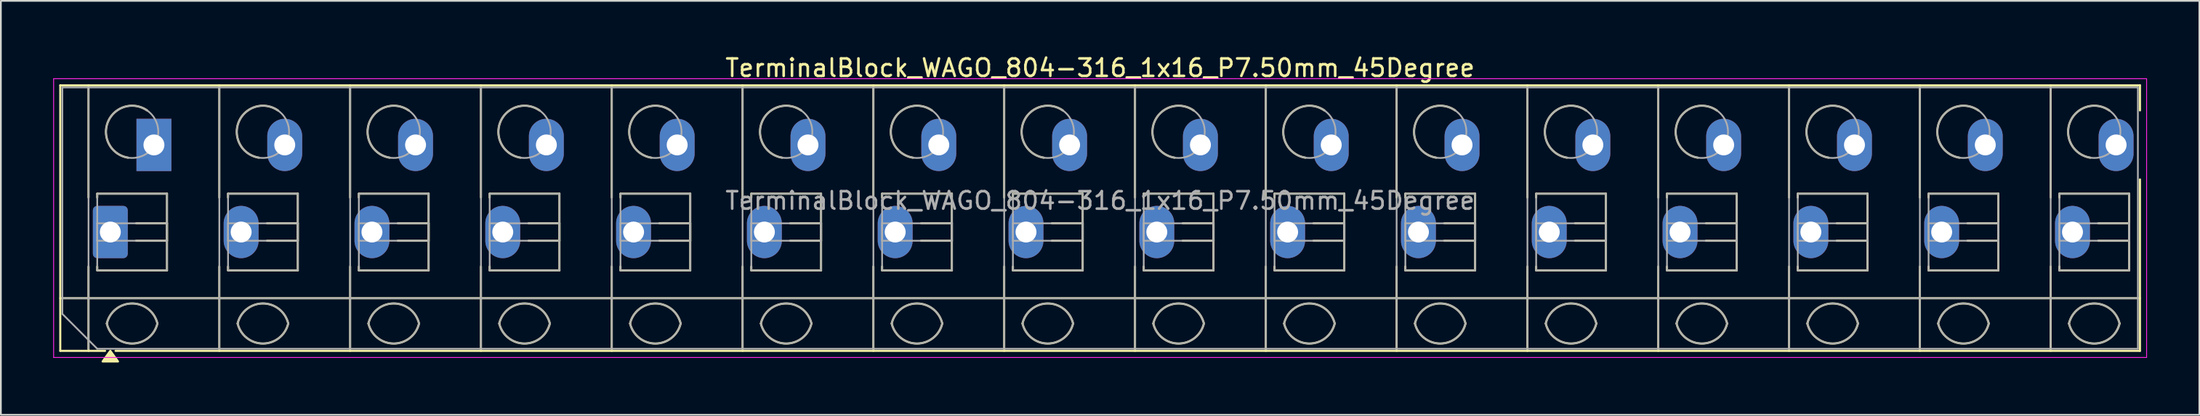
<source format=kicad_pcb>
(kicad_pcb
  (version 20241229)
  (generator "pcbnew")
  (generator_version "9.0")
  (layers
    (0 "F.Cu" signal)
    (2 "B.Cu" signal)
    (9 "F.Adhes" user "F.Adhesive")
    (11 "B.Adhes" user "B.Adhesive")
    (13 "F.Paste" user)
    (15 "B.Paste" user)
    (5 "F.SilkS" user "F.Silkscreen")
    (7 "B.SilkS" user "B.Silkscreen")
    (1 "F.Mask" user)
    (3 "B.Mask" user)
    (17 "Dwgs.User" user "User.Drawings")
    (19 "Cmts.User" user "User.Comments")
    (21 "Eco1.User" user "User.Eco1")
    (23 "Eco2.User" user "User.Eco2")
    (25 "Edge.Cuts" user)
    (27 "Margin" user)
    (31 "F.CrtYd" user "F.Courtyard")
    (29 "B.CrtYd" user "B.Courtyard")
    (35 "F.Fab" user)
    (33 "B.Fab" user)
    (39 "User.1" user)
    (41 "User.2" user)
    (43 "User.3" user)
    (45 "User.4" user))
  (footprint "TerminalBlock_WAGO_804-316_1x16_P7.50mm_45Degree"
    (layer "F.Cu")
    (at 3.275 10.268)
    (property "Reference" "TerminalBlock_WAGO_804-316_1x16_P7.50mm_45Degree" (at 56.75 -9.42 0) (layer "F.SilkS") (effects (font (size 1 1) (thickness 0.15))))
    (attr through_hole)
    (fp_line (start -2.87 -8.42) (end -2.87 6.82) (stroke (width 0.12) (type solid)) (layer "F.SilkS"))
    (fp_line (start -2.87 -8.42) (end 116.37 -8.42) (stroke (width 0.12) (type solid)) (layer "F.SilkS"))
    (fp_line (start -2.87 3.8) (end 116.37 3.8) (stroke (width 0.12) (type solid)) (layer "F.SilkS"))
    (fp_line (start -2.87 6.82) (end -0.3 6.82) (stroke (width 0.12) (type solid)) (layer "F.SilkS"))
    (fp_line (start -1.25 -8.42) (end -1.25 -1.98) (stroke (width 0.12) (type solid)) (layer "F.SilkS"))
    (fp_line (start -1.25 1.98) (end -1.25 6.82) (stroke (width 0.12) (type solid)) (layer "F.SilkS"))
    (fp_line (start -0.75 -2.2) (end -0.75 -1.98) (stroke (width 0.12) (type solid)) (layer "F.SilkS"))
    (fp_line (start -0.75 -2.2) (end 3.25 -2.2) (stroke (width 0.12) (type solid)) (layer "F.SilkS"))
    (fp_line (start -0.75 1.98) (end -0.75 2.2) (stroke (width 0.12) (type solid)) (layer "F.SilkS"))
    (fp_line (start -0.75 2.2) (end 3.25 2.2) (stroke (width 0.12) (type solid)) (layer "F.SilkS"))
    (fp_line (start 0.3 6.82) (end 116.37 6.82) (stroke (width 0.12) (type solid)) (layer "F.SilkS"))
    (fp_line (start 1.48 -0.5) (end 3.25 -0.5) (stroke (width 0.12) (type solid)) (layer "F.SilkS"))
    (fp_line (start 1.48 0.5) (end 3.25 0.5) (stroke (width 0.12) (type solid)) (layer "F.SilkS"))
    (fp_line (start 3.25 -2.2) (end 3.25 2.2) (stroke (width 0.12) (type solid)) (layer "F.SilkS"))
    (fp_line (start 3.25 -0.5) (end 3.25 0.5) (stroke (width 0.12) (type solid)) (layer "F.SilkS"))
    (fp_line (start 6.25 -8.42) (end 6.25 -1.98) (stroke (width 0.12) (type solid)) (layer "F.SilkS"))
    (fp_line (start 6.25 1.98) (end 6.25 6.82) (stroke (width 0.12) (type solid)) (layer "F.SilkS"))
    (fp_line (start 6.75 -2.2) (end 6.75 -1.98) (stroke (width 0.12) (type solid)) (layer "F.SilkS"))
    (fp_line (start 6.75 -2.2) (end 10.75 -2.2) (stroke (width 0.12) (type solid)) (layer "F.SilkS"))
    (fp_line (start 6.75 1.98) (end 6.75 2.2) (stroke (width 0.12) (type solid)) (layer "F.SilkS"))
    (fp_line (start 6.75 2.2) (end 10.75 2.2) (stroke (width 0.12) (type solid)) (layer "F.SilkS"))
    (fp_line (start 8.98 -0.5) (end 10.75 -0.5) (stroke (width 0.12) (type solid)) (layer "F.SilkS"))
    (fp_line (start 8.98 0.5) (end 10.75 0.5) (stroke (width 0.12) (type solid)) (layer "F.SilkS"))
    (fp_line (start 10.75 -2.2) (end 10.75 2.2) (stroke (width 0.12) (type solid)) (layer "F.SilkS"))
    (fp_line (start 10.75 -0.5) (end 10.75 0.5) (stroke (width 0.12) (type solid)) (layer "F.SilkS"))
    (fp_line (start 13.75 -8.42) (end 13.75 -1.98) (stroke (width 0.12) (type solid)) (layer "F.SilkS"))
    (fp_line (start 13.75 1.98) (end 13.75 6.82) (stroke (width 0.12) (type solid)) (layer "F.SilkS"))
    (fp_line (start 14.25 -2.2) (end 14.25 -1.98) (stroke (width 0.12) (type solid)) (layer "F.SilkS"))
    (fp_line (start 14.25 -2.2) (end 18.25 -2.2) (stroke (width 0.12) (type solid)) (layer "F.SilkS"))
    (fp_line (start 14.25 1.98) (end 14.25 2.2) (stroke (width 0.12) (type solid)) (layer "F.SilkS"))
    (fp_line (start 14.25 2.2) (end 18.25 2.2) (stroke (width 0.12) (type solid)) (layer "F.SilkS"))
    (fp_line (start 16.48 -0.5) (end 18.25 -0.5) (stroke (width 0.12) (type solid)) (layer "F.SilkS"))
    (fp_line (start 16.48 0.5) (end 18.25 0.5) (stroke (width 0.12) (type solid)) (layer "F.SilkS"))
    (fp_line (start 18.25 -2.2) (end 18.25 2.2) (stroke (width 0.12) (type solid)) (layer "F.SilkS"))
    (fp_line (start 18.25 -0.5) (end 18.25 0.5) (stroke (width 0.12) (type solid)) (layer "F.SilkS"))
    (fp_line (start 21.25 -8.42) (end 21.25 -1.98) (stroke (width 0.12) (type solid)) (layer "F.SilkS"))
    (fp_line (start 21.25 1.98) (end 21.25 6.82) (stroke (width 0.12) (type solid)) (layer "F.SilkS"))
    (fp_line (start 21.75 -2.2) (end 21.75 -1.98) (stroke (width 0.12) (type solid)) (layer "F.SilkS"))
    (fp_line (start 21.75 -2.2) (end 25.75 -2.2) (stroke (width 0.12) (type solid)) (layer "F.SilkS"))
    (fp_line (start 21.75 1.98) (end 21.75 2.2) (stroke (width 0.12) (type solid)) (layer "F.SilkS"))
    (fp_line (start 21.75 2.2) (end 25.75 2.2) (stroke (width 0.12) (type solid)) (layer "F.SilkS"))
    (fp_line (start 23.98 -0.5) (end 25.75 -0.5) (stroke (width 0.12) (type solid)) (layer "F.SilkS"))
    (fp_line (start 23.98 0.5) (end 25.75 0.5) (stroke (width 0.12) (type solid)) (layer "F.SilkS"))
    (fp_line (start 25.75 -2.2) (end 25.75 2.2) (stroke (width 0.12) (type solid)) (layer "F.SilkS"))
    (fp_line (start 25.75 -0.5) (end 25.75 0.5) (stroke (width 0.12) (type solid)) (layer "F.SilkS"))
    (fp_line (start 28.75 -8.42) (end 28.75 -1.98) (stroke (width 0.12) (type solid)) (layer "F.SilkS"))
    (fp_line (start 28.75 1.98) (end 28.75 6.82) (stroke (width 0.12) (type solid)) (layer "F.SilkS"))
    (fp_line (start 29.25 -2.2) (end 29.25 -1.98) (stroke (width 0.12) (type solid)) (layer "F.SilkS"))
    (fp_line (start 29.25 -2.2) (end 33.25 -2.2) (stroke (width 0.12) (type solid)) (layer "F.SilkS"))
    (fp_line (start 29.25 1.98) (end 29.25 2.2) (stroke (width 0.12) (type solid)) (layer "F.SilkS"))
    (fp_line (start 29.25 2.2) (end 33.25 2.2) (stroke (width 0.12) (type solid)) (layer "F.SilkS"))
    (fp_line (start 31.48 -0.5) (end 33.25 -0.5) (stroke (width 0.12) (type solid)) (layer "F.SilkS"))
    (fp_line (start 31.48 0.5) (end 33.25 0.5) (stroke (width 0.12) (type solid)) (layer "F.SilkS"))
    (fp_line (start 33.25 -2.2) (end 33.25 2.2) (stroke (width 0.12) (type solid)) (layer "F.SilkS"))
    (fp_line (start 33.25 -0.5) (end 33.25 0.5) (stroke (width 0.12) (type solid)) (layer "F.SilkS"))
    (fp_line (start 36.25 -8.42) (end 36.25 -1.98) (stroke (width 0.12) (type solid)) (layer "F.SilkS"))
    (fp_line (start 36.25 1.98) (end 36.25 6.82) (stroke (width 0.12) (type solid)) (layer "F.SilkS"))
    (fp_line (start 36.75 -2.2) (end 36.75 -1.98) (stroke (width 0.12) (type solid)) (layer "F.SilkS"))
    (fp_line (start 36.75 -2.2) (end 40.75 -2.2) (stroke (width 0.12) (type solid)) (layer "F.SilkS"))
    (fp_line (start 36.75 1.98) (end 36.75 2.2) (stroke (width 0.12) (type solid)) (layer "F.SilkS"))
    (fp_line (start 36.75 2.2) (end 40.75 2.2) (stroke (width 0.12) (type solid)) (layer "F.SilkS"))
    (fp_line (start 38.98 -0.5) (end 40.75 -0.5) (stroke (width 0.12) (type solid)) (layer "F.SilkS"))
    (fp_line (start 38.98 0.5) (end 40.75 0.5) (stroke (width 0.12) (type solid)) (layer "F.SilkS"))
    (fp_line (start 40.75 -2.2) (end 40.75 2.2) (stroke (width 0.12) (type solid)) (layer "F.SilkS"))
    (fp_line (start 40.75 -0.5) (end 40.75 0.5) (stroke (width 0.12) (type solid)) (layer "F.SilkS"))
    (fp_line (start 43.75 -8.42) (end 43.75 -1.98) (stroke (width 0.12) (type solid)) (layer "F.SilkS"))
    (fp_line (start 43.75 1.98) (end 43.75 6.82) (stroke (width 0.12) (type solid)) (layer "F.SilkS"))
    (fp_line (start 44.25 -2.2) (end 44.25 -1.98) (stroke (width 0.12) (type solid)) (layer "F.SilkS"))
    (fp_line (start 44.25 -2.2) (end 48.25 -2.2) (stroke (width 0.12) (type solid)) (layer "F.SilkS"))
    (fp_line (start 44.25 1.98) (end 44.25 2.2) (stroke (width 0.12) (type solid)) (layer "F.SilkS"))
    (fp_line (start 44.25 2.2) (end 48.25 2.2) (stroke (width 0.12) (type solid)) (layer "F.SilkS"))
    (fp_line (start 46.48 -0.5) (end 48.25 -0.5) (stroke (width 0.12) (type solid)) (layer "F.SilkS"))
    (fp_line (start 46.48 0.5) (end 48.25 0.5) (stroke (width 0.12) (type solid)) (layer "F.SilkS"))
    (fp_line (start 48.25 -2.2) (end 48.25 2.2) (stroke (width 0.12) (type solid)) (layer "F.SilkS"))
    (fp_line (start 48.25 -0.5) (end 48.25 0.5) (stroke (width 0.12) (type solid)) (layer "F.SilkS"))
    (fp_line (start 51.25 -8.42) (end 51.25 -1.98) (stroke (width 0.12) (type solid)) (layer "F.SilkS"))
    (fp_line (start 51.25 1.98) (end 51.25 6.82) (stroke (width 0.12) (type solid)) (layer "F.SilkS"))
    (fp_line (start 51.75 -2.2) (end 51.75 -1.98) (stroke (width 0.12) (type solid)) (layer "F.SilkS"))
    (fp_line (start 51.75 -2.2) (end 55.75 -2.2) (stroke (width 0.12) (type solid)) (layer "F.SilkS"))
    (fp_line (start 51.75 1.98) (end 51.75 2.2) (stroke (width 0.12) (type solid)) (layer "F.SilkS"))
    (fp_line (start 51.75 2.2) (end 55.75 2.2) (stroke (width 0.12) (type solid)) (layer "F.SilkS"))
    (fp_line (start 53.98 -0.5) (end 55.75 -0.5) (stroke (width 0.12) (type solid)) (layer "F.SilkS"))
    (fp_line (start 53.98 0.5) (end 55.75 0.5) (stroke (width 0.12) (type solid)) (layer "F.SilkS"))
    (fp_line (start 55.75 -2.2) (end 55.75 2.2) (stroke (width 0.12) (type solid)) (layer "F.SilkS"))
    (fp_line (start 55.75 -0.5) (end 55.75 0.5) (stroke (width 0.12) (type solid)) (layer "F.SilkS"))
    (fp_line (start 58.75 -8.42) (end 58.75 -1.98) (stroke (width 0.12) (type solid)) (layer "F.SilkS"))
    (fp_line (start 58.75 1.98) (end 58.75 6.82) (stroke (width 0.12) (type solid)) (layer "F.SilkS"))
    (fp_line (start 59.25 -2.2) (end 59.25 -1.98) (stroke (width 0.12) (type solid)) (layer "F.SilkS"))
    (fp_line (start 59.25 -2.2) (end 63.25 -2.2) (stroke (width 0.12) (type solid)) (layer "F.SilkS"))
    (fp_line (start 59.25 1.98) (end 59.25 2.2) (stroke (width 0.12) (type solid)) (layer "F.SilkS"))
    (fp_line (start 59.25 2.2) (end 63.25 2.2) (stroke (width 0.12) (type solid)) (layer "F.SilkS"))
    (fp_line (start 61.48 -0.5) (end 63.25 -0.5) (stroke (width 0.12) (type solid)) (layer "F.SilkS"))
    (fp_line (start 61.48 0.5) (end 63.25 0.5) (stroke (width 0.12) (type solid)) (layer "F.SilkS"))
    (fp_line (start 63.25 -2.2) (end 63.25 2.2) (stroke (width 0.12) (type solid)) (layer "F.SilkS"))
    (fp_line (start 63.25 -0.5) (end 63.25 0.5) (stroke (width 0.12) (type solid)) (layer "F.SilkS"))
    (fp_line (start 66.25 -8.42) (end 66.25 -1.98) (stroke (width 0.12) (type solid)) (layer "F.SilkS"))
    (fp_line (start 66.25 1.98) (end 66.25 6.82) (stroke (width 0.12) (type solid)) (layer "F.SilkS"))
    (fp_line (start 66.75 -2.2) (end 66.75 -1.98) (stroke (width 0.12) (type solid)) (layer "F.SilkS"))
    (fp_line (start 66.75 -2.2) (end 70.75 -2.2) (stroke (width 0.12) (type solid)) (layer "F.SilkS"))
    (fp_line (start 66.75 1.98) (end 66.75 2.2) (stroke (width 0.12) (type solid)) (layer "F.SilkS"))
    (fp_line (start 66.75 2.2) (end 70.75 2.2) (stroke (width 0.12) (type solid)) (layer "F.SilkS"))
    (fp_line (start 68.98 -0.5) (end 70.75 -0.5) (stroke (width 0.12) (type solid)) (layer "F.SilkS"))
    (fp_line (start 68.98 0.5) (end 70.75 0.5) (stroke (width 0.12) (type solid)) (layer "F.SilkS"))
    (fp_line (start 70.75 -2.2) (end 70.75 2.2) (stroke (width 0.12) (type solid)) (layer "F.SilkS"))
    (fp_line (start 70.75 -0.5) (end 70.75 0.5) (stroke (width 0.12) (type solid)) (layer "F.SilkS"))
    (fp_line (start 73.75 -8.42) (end 73.75 -1.98) (stroke (width 0.12) (type solid)) (layer "F.SilkS"))
    (fp_line (start 73.75 1.98) (end 73.75 6.82) (stroke (width 0.12) (type solid)) (layer "F.SilkS"))
    (fp_line (start 74.25 -2.2) (end 74.25 -1.98) (stroke (width 0.12) (type solid)) (layer "F.SilkS"))
    (fp_line (start 74.25 -2.2) (end 78.25 -2.2) (stroke (width 0.12) (type solid)) (layer "F.SilkS"))
    (fp_line (start 74.25 1.98) (end 74.25 2.2) (stroke (width 0.12) (type solid)) (layer "F.SilkS"))
    (fp_line (start 74.25 2.2) (end 78.25 2.2) (stroke (width 0.12) (type solid)) (layer "F.SilkS"))
    (fp_line (start 76.48 -0.5) (end 78.25 -0.5) (stroke (width 0.12) (type solid)) (layer "F.SilkS"))
    (fp_line (start 76.48 0.5) (end 78.25 0.5) (stroke (width 0.12) (type solid)) (layer "F.SilkS"))
    (fp_line (start 78.25 -2.2) (end 78.25 2.2) (stroke (width 0.12) (type solid)) (layer "F.SilkS"))
    (fp_line (start 78.25 -0.5) (end 78.25 0.5) (stroke (width 0.12) (type solid)) (layer "F.SilkS"))
    (fp_line (start 81.25 -8.42) (end 81.25 -1.98) (stroke (width 0.12) (type solid)) (layer "F.SilkS"))
    (fp_line (start 81.25 1.98) (end 81.25 6.82) (stroke (width 0.12) (type solid)) (layer "F.SilkS"))
    (fp_line (start 81.75 -2.2) (end 81.75 -1.98) (stroke (width 0.12) (type solid)) (layer "F.SilkS"))
    (fp_line (start 81.75 -2.2) (end 85.75 -2.2) (stroke (width 0.12) (type solid)) (layer "F.SilkS"))
    (fp_line (start 81.75 1.98) (end 81.75 2.2) (stroke (width 0.12) (type solid)) (layer "F.SilkS"))
    (fp_line (start 81.75 2.2) (end 85.75 2.2) (stroke (width 0.12) (type solid)) (layer "F.SilkS"))
    (fp_line (start 83.98 -0.5) (end 85.75 -0.5) (stroke (width 0.12) (type solid)) (layer "F.SilkS"))
    (fp_line (start 83.98 0.5) (end 85.75 0.5) (stroke (width 0.12) (type solid)) (layer "F.SilkS"))
    (fp_line (start 85.75 -2.2) (end 85.75 2.2) (stroke (width 0.12) (type solid)) (layer "F.SilkS"))
    (fp_line (start 85.75 -0.5) (end 85.75 0.5) (stroke (width 0.12) (type solid)) (layer "F.SilkS"))
    (fp_line (start 88.75 -8.42) (end 88.75 -1.98) (stroke (width 0.12) (type solid)) (layer "F.SilkS"))
    (fp_line (start 88.75 1.98) (end 88.75 6.82) (stroke (width 0.12) (type solid)) (layer "F.SilkS"))
    (fp_line (start 89.25 -2.2) (end 89.25 -1.98) (stroke (width 0.12) (type solid)) (layer "F.SilkS"))
    (fp_line (start 89.25 -2.2) (end 93.25 -2.2) (stroke (width 0.12) (type solid)) (layer "F.SilkS"))
    (fp_line (start 89.25 1.98) (end 89.25 2.2) (stroke (width 0.12) (type solid)) (layer "F.SilkS"))
    (fp_line (start 89.25 2.2) (end 93.25 2.2) (stroke (width 0.12) (type solid)) (layer "F.SilkS"))
    (fp_line (start 91.48 -0.5) (end 93.25 -0.5) (stroke (width 0.12) (type solid)) (layer "F.SilkS"))
    (fp_line (start 91.48 0.5) (end 93.25 0.5) (stroke (width 0.12) (type solid)) (layer "F.SilkS"))
    (fp_line (start 93.25 -2.2) (end 93.25 2.2) (stroke (width 0.12) (type solid)) (layer "F.SilkS"))
    (fp_line (start 93.25 -0.5) (end 93.25 0.5) (stroke (width 0.12) (type solid)) (layer "F.SilkS"))
    (fp_line (start 96.25 -8.42) (end 96.25 -1.98) (stroke (width 0.12) (type solid)) (layer "F.SilkS"))
    (fp_line (start 96.25 1.98) (end 96.25 6.82) (stroke (width 0.12) (type solid)) (layer "F.SilkS"))
    (fp_line (start 96.75 -2.2) (end 96.75 -1.98) (stroke (width 0.12) (type solid)) (layer "F.SilkS"))
    (fp_line (start 96.75 -2.2) (end 100.75 -2.2) (stroke (width 0.12) (type solid)) (layer "F.SilkS"))
    (fp_line (start 96.75 1.98) (end 96.75 2.2) (stroke (width 0.12) (type solid)) (layer "F.SilkS"))
    (fp_line (start 96.75 2.2) (end 100.75 2.2) (stroke (width 0.12) (type solid)) (layer "F.SilkS"))
    (fp_line (start 98.98 -0.5) (end 100.75 -0.5) (stroke (width 0.12) (type solid)) (layer "F.SilkS"))
    (fp_line (start 98.98 0.5) (end 100.75 0.5) (stroke (width 0.12) (type solid)) (layer "F.SilkS"))
    (fp_line (start 100.75 -2.2) (end 100.75 2.2) (stroke (width 0.12) (type solid)) (layer "F.SilkS"))
    (fp_line (start 100.75 -0.5) (end 100.75 0.5) (stroke (width 0.12) (type solid)) (layer "F.SilkS"))
    (fp_line (start 103.75 -8.42) (end 103.75 -1.98) (stroke (width 0.12) (type solid)) (layer "F.SilkS"))
    (fp_line (start 103.75 1.98) (end 103.75 6.82) (stroke (width 0.12) (type solid)) (layer "F.SilkS"))
    (fp_line (start 104.25 -2.2) (end 104.25 -1.98) (stroke (width 0.12) (type solid)) (layer "F.SilkS"))
    (fp_line (start 104.25 -2.2) (end 108.25 -2.2) (stroke (width 0.12) (type solid)) (layer "F.SilkS"))
    (fp_line (start 104.25 1.98) (end 104.25 2.2) (stroke (width 0.12) (type solid)) (layer "F.SilkS"))
    (fp_line (start 104.25 2.2) (end 108.25 2.2) (stroke (width 0.12) (type solid)) (layer "F.SilkS"))
    (fp_line (start 106.48 -0.5) (end 108.25 -0.5) (stroke (width 0.12) (type solid)) (layer "F.SilkS"))
    (fp_line (start 106.48 0.5) (end 108.25 0.5) (stroke (width 0.12) (type solid)) (layer "F.SilkS"))
    (fp_line (start 108.25 -2.2) (end 108.25 2.2) (stroke (width 0.12) (type solid)) (layer "F.SilkS"))
    (fp_line (start 108.25 -0.5) (end 108.25 0.5) (stroke (width 0.12) (type solid)) (layer "F.SilkS"))
    (fp_line (start 111.25 -8.42) (end 111.25 -1.98) (stroke (width 0.12) (type solid)) (layer "F.SilkS"))
    (fp_line (start 111.25 1.98) (end 111.25 6.82) (stroke (width 0.12) (type solid)) (layer "F.SilkS"))
    (fp_line (start 111.75 -2.2) (end 111.75 -1.98) (stroke (width 0.12) (type solid)) (layer "F.SilkS"))
    (fp_line (start 111.75 -2.2) (end 115.75 -2.2) (stroke (width 0.12) (type solid)) (layer "F.SilkS"))
    (fp_line (start 111.75 1.98) (end 111.75 2.2) (stroke (width 0.12) (type solid)) (layer "F.SilkS"))
    (fp_line (start 111.75 2.2) (end 115.75 2.2) (stroke (width 0.12) (type solid)) (layer "F.SilkS"))
    (fp_line (start 113.98 -0.5) (end 115.75 -0.5) (stroke (width 0.12) (type solid)) (layer "F.SilkS"))
    (fp_line (start 113.98 0.5) (end 115.75 0.5) (stroke (width 0.12) (type solid)) (layer "F.SilkS"))
    (fp_line (start 115.75 -2.2) (end 115.75 2.2) (stroke (width 0.12) (type solid)) (layer "F.SilkS"))
    (fp_line (start 115.75 -0.5) (end 115.75 0.5) (stroke (width 0.12) (type solid)) (layer "F.SilkS"))
    (fp_line (start 116.37 -8.42) (end 116.37 -6.98) (stroke (width 0.12) (type solid)) (layer "F.SilkS"))
    (fp_line (start 116.37 -3.02) (end 116.37 6.82) (stroke (width 0.12) (type solid)) (layer "F.SilkS"))
    (fp_arc (start -0.2 5.25) (mid 1.25 4.1) (end 2.7 5.25) (stroke (width 0.12) (type solid)) (layer "F.SilkS"))
    (fp_arc (start 1.02 -4.268) (mid -0.141916 -6.309209) (end 2.109 -6.98) (stroke (width 0.12) (type solid)) (layer "F.SilkS"))
    (fp_arc (start 2.7 5.25) (mid 1.25 6.4) (end -0.2 5.25) (stroke (width 0.12) (type solid)) (layer "F.SilkS"))
    (fp_arc (start 7.3 5.25) (mid 8.75 4.1) (end 10.2 5.25) (stroke (width 0.12) (type solid)) (layer "F.SilkS"))
    (fp_arc (start 8.52 -4.268) (mid 7.358084 -6.309209) (end 9.609 -6.98) (stroke (width 0.12) (type solid)) (layer "F.SilkS"))
    (fp_arc (start 10.2 5.25) (mid 8.75 6.4) (end 7.3 5.25) (stroke (width 0.12) (type solid)) (layer "F.SilkS"))
    (fp_arc (start 14.8 5.25) (mid 16.25 4.1) (end 17.7 5.25) (stroke (width 0.12) (type solid)) (layer "F.SilkS"))
    (fp_arc (start 16.02 -4.268) (mid 14.858084 -6.309209) (end 17.109 -6.98) (stroke (width 0.12) (type solid)) (layer "F.SilkS"))
    (fp_arc (start 17.7 5.25) (mid 16.25 6.4) (end 14.8 5.25) (stroke (width 0.12) (type solid)) (layer "F.SilkS"))
    (fp_arc (start 22.3 5.25) (mid 23.75 4.1) (end 25.2 5.25) (stroke (width 0.12) (type solid)) (layer "F.SilkS"))
    (fp_arc (start 23.52 -4.268) (mid 22.358084 -6.309209) (end 24.609 -6.98) (stroke (width 0.12) (type solid)) (layer "F.SilkS"))
    (fp_arc (start 25.2 5.25) (mid 23.75 6.4) (end 22.3 5.25) (stroke (width 0.12) (type solid)) (layer "F.SilkS"))
    (fp_arc (start 29.8 5.25) (mid 31.25 4.1) (end 32.7 5.25) (stroke (width 0.12) (type solid)) (layer "F.SilkS"))
    (fp_arc (start 31.02 -4.268) (mid 29.858084 -6.309209) (end 32.109 -6.98) (stroke (width 0.12) (type solid)) (layer "F.SilkS"))
    (fp_arc (start 32.7 5.25) (mid 31.25 6.4) (end 29.8 5.25) (stroke (width 0.12) (type solid)) (layer "F.SilkS"))
    (fp_arc (start 37.3 5.25) (mid 38.75 4.1) (end 40.2 5.25) (stroke (width 0.12) (type solid)) (layer "F.SilkS"))
    (fp_arc (start 38.52 -4.268) (mid 37.358084 -6.309209) (end 39.609 -6.98) (stroke (width 0.12) (type solid)) (layer "F.SilkS"))
    (fp_arc (start 40.2 5.25) (mid 38.75 6.4) (end 37.3 5.25) (stroke (width 0.12) (type solid)) (layer "F.SilkS"))
    (fp_arc (start 44.8 5.25) (mid 46.25 4.1) (end 47.7 5.25) (stroke (width 0.12) (type solid)) (layer "F.SilkS"))
    (fp_arc (start 46.02 -4.268) (mid 44.858084 -6.309209) (end 47.109 -6.98) (stroke (width 0.12) (type solid)) (layer "F.SilkS"))
    (fp_arc (start 47.7 5.25) (mid 46.25 6.4) (end 44.8 5.25) (stroke (width 0.12) (type solid)) (layer "F.SilkS"))
    (fp_arc (start 52.3 5.25) (mid 53.75 4.1) (end 55.2 5.25) (stroke (width 0.12) (type solid)) (layer "F.SilkS"))
    (fp_arc (start 53.52 -4.268) (mid 52.358084 -6.309209) (end 54.609 -6.98) (stroke (width 0.12) (type solid)) (layer "F.SilkS"))
    (fp_arc (start 55.2 5.25) (mid 53.75 6.4) (end 52.3 5.25) (stroke (width 0.12) (type solid)) (layer "F.SilkS"))
    (fp_arc (start 59.8 5.25) (mid 61.25 4.1) (end 62.7 5.25) (stroke (width 0.12) (type solid)) (layer "F.SilkS"))
    (fp_arc (start 61.02 -4.268) (mid 59.858084 -6.309209) (end 62.109 -6.98) (stroke (width 0.12) (type solid)) (layer "F.SilkS"))
    (fp_arc (start 62.7 5.25) (mid 61.25 6.4) (end 59.8 5.25) (stroke (width 0.12) (type solid)) (layer "F.SilkS"))
    (fp_arc (start 67.3 5.25) (mid 68.75 4.1) (end 70.2 5.25) (stroke (width 0.12) (type solid)) (layer "F.SilkS"))
    (fp_arc (start 68.52 -4.268) (mid 67.358084 -6.309209) (end 69.609 -6.98) (stroke (width 0.12) (type solid)) (layer "F.SilkS"))
    (fp_arc (start 70.2 5.25) (mid 68.75 6.4) (end 67.3 5.25) (stroke (width 0.12) (type solid)) (layer "F.SilkS"))
    (fp_arc (start 74.8 5.25) (mid 76.25 4.1) (end 77.7 5.25) (stroke (width 0.12) (type solid)) (layer "F.SilkS"))
    (fp_arc (start 76.02 -4.268) (mid 74.858084 -6.309209) (end 77.109 -6.98) (stroke (width 0.12) (type solid)) (layer "F.SilkS"))
    (fp_arc (start 77.7 5.25) (mid 76.25 6.4) (end 74.8 5.25) (stroke (width 0.12) (type solid)) (layer "F.SilkS"))
    (fp_arc (start 82.3 5.25) (mid 83.75 4.1) (end 85.2 5.25) (stroke (width 0.12) (type solid)) (layer "F.SilkS"))
    (fp_arc (start 83.52 -4.268) (mid 82.358084 -6.309209) (end 84.609 -6.98) (stroke (width 0.12) (type solid)) (layer "F.SilkS"))
    (fp_arc (start 85.2 5.25) (mid 83.75 6.4) (end 82.3 5.25) (stroke (width 0.12) (type solid)) (layer "F.SilkS"))
    (fp_arc (start 89.8 5.25) (mid 91.25 4.1) (end 92.7 5.25) (stroke (width 0.12) (type solid)) (layer "F.SilkS"))
    (fp_arc (start 91.02 -4.268) (mid 89.858084 -6.309209) (end 92.109 -6.98) (stroke (width 0.12) (type solid)) (layer "F.SilkS"))
    (fp_arc (start 92.7 5.25) (mid 91.25 6.4) (end 89.8 5.25) (stroke (width 0.12) (type solid)) (layer "F.SilkS"))
    (fp_arc (start 97.3 5.25) (mid 98.75 4.1) (end 100.2 5.25) (stroke (width 0.12) (type solid)) (layer "F.SilkS"))
    (fp_arc (start 98.52 -4.268) (mid 97.358084 -6.309209) (end 99.609 -6.98) (stroke (width 0.12) (type solid)) (layer "F.SilkS"))
    (fp_arc (start 100.2 5.25) (mid 98.75 6.4) (end 97.3 5.25) (stroke (width 0.12) (type solid)) (layer "F.SilkS"))
    (fp_arc (start 104.8 5.25) (mid 106.25 4.1) (end 107.7 5.25) (stroke (width 0.12) (type solid)) (layer "F.SilkS"))
    (fp_arc (start 106.02 -4.268) (mid 104.858084 -6.309209) (end 107.109 -6.98) (stroke (width 0.12) (type solid)) (layer "F.SilkS"))
    (fp_arc (start 107.7 5.25) (mid 106.25 6.4) (end 104.8 5.25) (stroke (width 0.12) (type solid)) (layer "F.SilkS"))
    (fp_arc (start 112.3 5.25) (mid 113.75 4.1) (end 115.2 5.25) (stroke (width 0.12) (type solid)) (layer "F.SilkS"))
    (fp_arc (start 113.52 -4.268) (mid 112.358084 -6.309209) (end 114.609 -6.98) (stroke (width 0.12) (type solid)) (layer "F.SilkS"))
    (fp_arc (start 115.2 5.25) (mid 113.75 6.4) (end 112.3 5.25) (stroke (width 0.12) (type solid)) (layer "F.SilkS"))
    (fp_poly (pts (xy 0 6.82) (xy 0.44 7.43) (xy -0.44 7.43)) (stroke (width 0.12) (type solid)) (fill yes) (layer "F.SilkS"))
    (fp_line (start -3.25 -8.8) (end -3.25 7.2) (stroke (width 0.05) (type solid)) (layer "F.CrtYd"))
    (fp_line (start -3.25 7.2) (end 116.75 7.2) (stroke (width 0.05) (type solid)) (layer "F.CrtYd"))
    (fp_line (start 116.75 -8.8) (end -3.25 -8.8) (stroke (width 0.05) (type solid)) (layer "F.CrtYd"))
    (fp_line (start 116.75 7.2) (end 116.75 -8.8) (stroke (width 0.05) (type solid)) (layer "F.CrtYd"))
    (fp_line (start -2.75 -8.3) (end 116.25 -8.3) (stroke (width 0.1) (type solid)) (layer "F.Fab"))
    (fp_line (start -2.75 3.8) (end 116.25 3.8) (stroke (width 0.1) (type solid)) (layer "F.Fab"))
    (fp_line (start -2.75 4.7) (end -2.75 -8.3) (stroke (width 0.1) (type solid)) (layer "F.Fab"))
    (fp_line (start -1.25 -8.3) (end -1.25 6.7) (stroke (width 0.1) (type solid)) (layer "F.Fab"))
    (fp_line (start -0.75 -2.2) (end -0.75 2.2) (stroke (width 0.1) (type solid)) (layer "F.Fab"))
    (fp_line (start -0.75 -0.5) (end -0.75 0.5) (stroke (width 0.1) (type solid)) (layer "F.Fab"))
    (fp_line (start -0.75 0.5) (end 3.25 0.5) (stroke (width 0.1) (type solid)) (layer "F.Fab"))
    (fp_line (start -0.75 2.2) (end 3.25 2.2) (stroke (width 0.1) (type solid)) (layer "F.Fab"))
    (fp_line (start -0.75 6.7) (end -2.75 4.7) (stroke (width 0.1) (type solid)) (layer "F.Fab"))
    (fp_line (start 3.25 -2.2) (end -0.75 -2.2) (stroke (width 0.1) (type solid)) (layer "F.Fab"))
    (fp_line (start 3.25 -0.5) (end -0.75 -0.5) (stroke (width 0.1) (type solid)) (layer "F.Fab"))
    (fp_line (start 3.25 0.5) (end 3.25 -0.5) (stroke (width 0.1) (type solid)) (layer "F.Fab"))
    (fp_line (start 3.25 2.2) (end 3.25 -2.2) (stroke (width 0.1) (type solid)) (layer "F.Fab"))
    (fp_line (start 6.25 -8.3) (end 6.25 6.7) (stroke (width 0.1) (type solid)) (layer "F.Fab"))
    (fp_line (start 6.75 -2.2) (end 6.75 2.2) (stroke (width 0.1) (type solid)) (layer "F.Fab"))
    (fp_line (start 6.75 -0.5) (end 6.75 0.5) (stroke (width 0.1) (type solid)) (layer "F.Fab"))
    (fp_line (start 6.75 0.5) (end 10.75 0.5) (stroke (width 0.1) (type solid)) (layer "F.Fab"))
    (fp_line (start 6.75 2.2) (end 10.75 2.2) (stroke (width 0.1) (type solid)) (layer "F.Fab"))
    (fp_line (start 10.75 -2.2) (end 6.75 -2.2) (stroke (width 0.1) (type solid)) (layer "F.Fab"))
    (fp_line (start 10.75 -0.5) (end 6.75 -0.5) (stroke (width 0.1) (type solid)) (layer "F.Fab"))
    (fp_line (start 10.75 0.5) (end 10.75 -0.5) (stroke (width 0.1) (type solid)) (layer "F.Fab"))
    (fp_line (start 10.75 2.2) (end 10.75 -2.2) (stroke (width 0.1) (type solid)) (layer "F.Fab"))
    (fp_line (start 13.75 -8.3) (end 13.75 6.7) (stroke (width 0.1) (type solid)) (layer "F.Fab"))
    (fp_line (start 14.25 -2.2) (end 14.25 2.2) (stroke (width 0.1) (type solid)) (layer "F.Fab"))
    (fp_line (start 14.25 -0.5) (end 14.25 0.5) (stroke (width 0.1) (type solid)) (layer "F.Fab"))
    (fp_line (start 14.25 0.5) (end 18.25 0.5) (stroke (width 0.1) (type solid)) (layer "F.Fab"))
    (fp_line (start 14.25 2.2) (end 18.25 2.2) (stroke (width 0.1) (type solid)) (layer "F.Fab"))
    (fp_line (start 18.25 -2.2) (end 14.25 -2.2) (stroke (width 0.1) (type solid)) (layer "F.Fab"))
    (fp_line (start 18.25 -0.5) (end 14.25 -0.5) (stroke (width 0.1) (type solid)) (layer "F.Fab"))
    (fp_line (start 18.25 0.5) (end 18.25 -0.5) (stroke (width 0.1) (type solid)) (layer "F.Fab"))
    (fp_line (start 18.25 2.2) (end 18.25 -2.2) (stroke (width 0.1) (type solid)) (layer "F.Fab"))
    (fp_line (start 21.25 -8.3) (end 21.25 6.7) (stroke (width 0.1) (type solid)) (layer "F.Fab"))
    (fp_line (start 21.75 -2.2) (end 21.75 2.2) (stroke (width 0.1) (type solid)) (layer "F.Fab"))
    (fp_line (start 21.75 -0.5) (end 21.75 0.5) (stroke (width 0.1) (type solid)) (layer "F.Fab"))
    (fp_line (start 21.75 0.5) (end 25.75 0.5) (stroke (width 0.1) (type solid)) (layer "F.Fab"))
    (fp_line (start 21.75 2.2) (end 25.75 2.2) (stroke (width 0.1) (type solid)) (layer "F.Fab"))
    (fp_line (start 25.75 -2.2) (end 21.75 -2.2) (stroke (width 0.1) (type solid)) (layer "F.Fab"))
    (fp_line (start 25.75 -0.5) (end 21.75 -0.5) (stroke (width 0.1) (type solid)) (layer "F.Fab"))
    (fp_line (start 25.75 0.5) (end 25.75 -0.5) (stroke (width 0.1) (type solid)) (layer "F.Fab"))
    (fp_line (start 25.75 2.2) (end 25.75 -2.2) (stroke (width 0.1) (type solid)) (layer "F.Fab"))
    (fp_line (start 28.75 -8.3) (end 28.75 6.7) (stroke (width 0.1) (type solid)) (layer "F.Fab"))
    (fp_line (start 29.25 -2.2) (end 29.25 2.2) (stroke (width 0.1) (type solid)) (layer "F.Fab"))
    (fp_line (start 29.25 -0.5) (end 29.25 0.5) (stroke (width 0.1) (type solid)) (layer "F.Fab"))
    (fp_line (start 29.25 0.5) (end 33.25 0.5) (stroke (width 0.1) (type solid)) (layer "F.Fab"))
    (fp_line (start 29.25 2.2) (end 33.25 2.2) (stroke (width 0.1) (type solid)) (layer "F.Fab"))
    (fp_line (start 33.25 -2.2) (end 29.25 -2.2) (stroke (width 0.1) (type solid)) (layer "F.Fab"))
    (fp_line (start 33.25 -0.5) (end 29.25 -0.5) (stroke (width 0.1) (type solid)) (layer "F.Fab"))
    (fp_line (start 33.25 0.5) (end 33.25 -0.5) (stroke (width 0.1) (type solid)) (layer "F.Fab"))
    (fp_line (start 33.25 2.2) (end 33.25 -2.2) (stroke (width 0.1) (type solid)) (layer "F.Fab"))
    (fp_line (start 36.25 -8.3) (end 36.25 6.7) (stroke (width 0.1) (type solid)) (layer "F.Fab"))
    (fp_line (start 36.75 -2.2) (end 36.75 2.2) (stroke (width 0.1) (type solid)) (layer "F.Fab"))
    (fp_line (start 36.75 -0.5) (end 36.75 0.5) (stroke (width 0.1) (type solid)) (layer "F.Fab"))
    (fp_line (start 36.75 0.5) (end 40.75 0.5) (stroke (width 0.1) (type solid)) (layer "F.Fab"))
    (fp_line (start 36.75 2.2) (end 40.75 2.2) (stroke (width 0.1) (type solid)) (layer "F.Fab"))
    (fp_line (start 40.75 -2.2) (end 36.75 -2.2) (stroke (width 0.1) (type solid)) (layer "F.Fab"))
    (fp_line (start 40.75 -0.5) (end 36.75 -0.5) (stroke (width 0.1) (type solid)) (layer "F.Fab"))
    (fp_line (start 40.75 0.5) (end 40.75 -0.5) (stroke (width 0.1) (type solid)) (layer "F.Fab"))
    (fp_line (start 40.75 2.2) (end 40.75 -2.2) (stroke (width 0.1) (type solid)) (layer "F.Fab"))
    (fp_line (start 43.75 -8.3) (end 43.75 6.7) (stroke (width 0.1) (type solid)) (layer "F.Fab"))
    (fp_line (start 44.25 -2.2) (end 44.25 2.2) (stroke (width 0.1) (type solid)) (layer "F.Fab"))
    (fp_line (start 44.25 -0.5) (end 44.25 0.5) (stroke (width 0.1) (type solid)) (layer "F.Fab"))
    (fp_line (start 44.25 0.5) (end 48.25 0.5) (stroke (width 0.1) (type solid)) (layer "F.Fab"))
    (fp_line (start 44.25 2.2) (end 48.25 2.2) (stroke (width 0.1) (type solid)) (layer "F.Fab"))
    (fp_line (start 48.25 -2.2) (end 44.25 -2.2) (stroke (width 0.1) (type solid)) (layer "F.Fab"))
    (fp_line (start 48.25 -0.5) (end 44.25 -0.5) (stroke (width 0.1) (type solid)) (layer "F.Fab"))
    (fp_line (start 48.25 0.5) (end 48.25 -0.5) (stroke (width 0.1) (type solid)) (layer "F.Fab"))
    (fp_line (start 48.25 2.2) (end 48.25 -2.2) (stroke (width 0.1) (type solid)) (layer "F.Fab"))
    (fp_line (start 51.25 -8.3) (end 51.25 6.7) (stroke (width 0.1) (type solid)) (layer "F.Fab"))
    (fp_line (start 51.75 -2.2) (end 51.75 2.2) (stroke (width 0.1) (type solid)) (layer "F.Fab"))
    (fp_line (start 51.75 -0.5) (end 51.75 0.5) (stroke (width 0.1) (type solid)) (layer "F.Fab"))
    (fp_line (start 51.75 0.5) (end 55.75 0.5) (stroke (width 0.1) (type solid)) (layer "F.Fab"))
    (fp_line (start 51.75 2.2) (end 55.75 2.2) (stroke (width 0.1) (type solid)) (layer "F.Fab"))
    (fp_line (start 55.75 -2.2) (end 51.75 -2.2) (stroke (width 0.1) (type solid)) (layer "F.Fab"))
    (fp_line (start 55.75 -0.5) (end 51.75 -0.5) (stroke (width 0.1) (type solid)) (layer "F.Fab"))
    (fp_line (start 55.75 0.5) (end 55.75 -0.5) (stroke (width 0.1) (type solid)) (layer "F.Fab"))
    (fp_line (start 55.75 2.2) (end 55.75 -2.2) (stroke (width 0.1) (type solid)) (layer "F.Fab"))
    (fp_line (start 58.75 -8.3) (end 58.75 6.7) (stroke (width 0.1) (type solid)) (layer "F.Fab"))
    (fp_line (start 59.25 -2.2) (end 59.25 2.2) (stroke (width 0.1) (type solid)) (layer "F.Fab"))
    (fp_line (start 59.25 -0.5) (end 59.25 0.5) (stroke (width 0.1) (type solid)) (layer "F.Fab"))
    (fp_line (start 59.25 0.5) (end 63.25 0.5) (stroke (width 0.1) (type solid)) (layer "F.Fab"))
    (fp_line (start 59.25 2.2) (end 63.25 2.2) (stroke (width 0.1) (type solid)) (layer "F.Fab"))
    (fp_line (start 63.25 -2.2) (end 59.25 -2.2) (stroke (width 0.1) (type solid)) (layer "F.Fab"))
    (fp_line (start 63.25 -0.5) (end 59.25 -0.5) (stroke (width 0.1) (type solid)) (layer "F.Fab"))
    (fp_line (start 63.25 0.5) (end 63.25 -0.5) (stroke (width 0.1) (type solid)) (layer "F.Fab"))
    (fp_line (start 63.25 2.2) (end 63.25 -2.2) (stroke (width 0.1) (type solid)) (layer "F.Fab"))
    (fp_line (start 66.25 -8.3) (end 66.25 6.7) (stroke (width 0.1) (type solid)) (layer "F.Fab"))
    (fp_line (start 66.75 -2.2) (end 66.75 2.2) (stroke (width 0.1) (type solid)) (layer "F.Fab"))
    (fp_line (start 66.75 -0.5) (end 66.75 0.5) (stroke (width 0.1) (type solid)) (layer "F.Fab"))
    (fp_line (start 66.75 0.5) (end 70.75 0.5) (stroke (width 0.1) (type solid)) (layer "F.Fab"))
    (fp_line (start 66.75 2.2) (end 70.75 2.2) (stroke (width 0.1) (type solid)) (layer "F.Fab"))
    (fp_line (start 70.75 -2.2) (end 66.75 -2.2) (stroke (width 0.1) (type solid)) (layer "F.Fab"))
    (fp_line (start 70.75 -0.5) (end 66.75 -0.5) (stroke (width 0.1) (type solid)) (layer "F.Fab"))
    (fp_line (start 70.75 0.5) (end 70.75 -0.5) (stroke (width 0.1) (type solid)) (layer "F.Fab"))
    (fp_line (start 70.75 2.2) (end 70.75 -2.2) (stroke (width 0.1) (type solid)) (layer "F.Fab"))
    (fp_line (start 73.75 -8.3) (end 73.75 6.7) (stroke (width 0.1) (type solid)) (layer "F.Fab"))
    (fp_line (start 74.25 -2.2) (end 74.25 2.2) (stroke (width 0.1) (type solid)) (layer "F.Fab"))
    (fp_line (start 74.25 -0.5) (end 74.25 0.5) (stroke (width 0.1) (type solid)) (layer "F.Fab"))
    (fp_line (start 74.25 0.5) (end 78.25 0.5) (stroke (width 0.1) (type solid)) (layer "F.Fab"))
    (fp_line (start 74.25 2.2) (end 78.25 2.2) (stroke (width 0.1) (type solid)) (layer "F.Fab"))
    (fp_line (start 78.25 -2.2) (end 74.25 -2.2) (stroke (width 0.1) (type solid)) (layer "F.Fab"))
    (fp_line (start 78.25 -0.5) (end 74.25 -0.5) (stroke (width 0.1) (type solid)) (layer "F.Fab"))
    (fp_line (start 78.25 0.5) (end 78.25 -0.5) (stroke (width 0.1) (type solid)) (layer "F.Fab"))
    (fp_line (start 78.25 2.2) (end 78.25 -2.2) (stroke (width 0.1) (type solid)) (layer "F.Fab"))
    (fp_line (start 81.25 -8.3) (end 81.25 6.7) (stroke (width 0.1) (type solid)) (layer "F.Fab"))
    (fp_line (start 81.75 -2.2) (end 81.75 2.2) (stroke (width 0.1) (type solid)) (layer "F.Fab"))
    (fp_line (start 81.75 -0.5) (end 81.75 0.5) (stroke (width 0.1) (type solid)) (layer "F.Fab"))
    (fp_line (start 81.75 0.5) (end 85.75 0.5) (stroke (width 0.1) (type solid)) (layer "F.Fab"))
    (fp_line (start 81.75 2.2) (end 85.75 2.2) (stroke (width 0.1) (type solid)) (layer "F.Fab"))
    (fp_line (start 85.75 -2.2) (end 81.75 -2.2) (stroke (width 0.1) (type solid)) (layer "F.Fab"))
    (fp_line (start 85.75 -0.5) (end 81.75 -0.5) (stroke (width 0.1) (type solid)) (layer "F.Fab"))
    (fp_line (start 85.75 0.5) (end 85.75 -0.5) (stroke (width 0.1) (type solid)) (layer "F.Fab"))
    (fp_line (start 85.75 2.2) (end 85.75 -2.2) (stroke (width 0.1) (type solid)) (layer "F.Fab"))
    (fp_line (start 88.75 -8.3) (end 88.75 6.7) (stroke (width 0.1) (type solid)) (layer "F.Fab"))
    (fp_line (start 89.25 -2.2) (end 89.25 2.2) (stroke (width 0.1) (type solid)) (layer "F.Fab"))
    (fp_line (start 89.25 -0.5) (end 89.25 0.5) (stroke (width 0.1) (type solid)) (layer "F.Fab"))
    (fp_line (start 89.25 0.5) (end 93.25 0.5) (stroke (width 0.1) (type solid)) (layer "F.Fab"))
    (fp_line (start 89.25 2.2) (end 93.25 2.2) (stroke (width 0.1) (type solid)) (layer "F.Fab"))
    (fp_line (start 93.25 -2.2) (end 89.25 -2.2) (stroke (width 0.1) (type solid)) (layer "F.Fab"))
    (fp_line (start 93.25 -0.5) (end 89.25 -0.5) (stroke (width 0.1) (type solid)) (layer "F.Fab"))
    (fp_line (start 93.25 0.5) (end 93.25 -0.5) (stroke (width 0.1) (type solid)) (layer "F.Fab"))
    (fp_line (start 93.25 2.2) (end 93.25 -2.2) (stroke (width 0.1) (type solid)) (layer "F.Fab"))
    (fp_line (start 96.25 -8.3) (end 96.25 6.7) (stroke (width 0.1) (type solid)) (layer "F.Fab"))
    (fp_line (start 96.75 -2.2) (end 96.75 2.2) (stroke (width 0.1) (type solid)) (layer "F.Fab"))
    (fp_line (start 96.75 -0.5) (end 96.75 0.5) (stroke (width 0.1) (type solid)) (layer "F.Fab"))
    (fp_line (start 96.75 0.5) (end 100.75 0.5) (stroke (width 0.1) (type solid)) (layer "F.Fab"))
    (fp_line (start 96.75 2.2) (end 100.75 2.2) (stroke (width 0.1) (type solid)) (layer "F.Fab"))
    (fp_line (start 100.75 -2.2) (end 96.75 -2.2) (stroke (width 0.1) (type solid)) (layer "F.Fab"))
    (fp_line (start 100.75 -0.5) (end 96.75 -0.5) (stroke (width 0.1) (type solid)) (layer "F.Fab"))
    (fp_line (start 100.75 0.5) (end 100.75 -0.5) (stroke (width 0.1) (type solid)) (layer "F.Fab"))
    (fp_line (start 100.75 2.2) (end 100.75 -2.2) (stroke (width 0.1) (type solid)) (layer "F.Fab"))
    (fp_line (start 103.75 -8.3) (end 103.75 6.7) (stroke (width 0.1) (type solid)) (layer "F.Fab"))
    (fp_line (start 104.25 -2.2) (end 104.25 2.2) (stroke (width 0.1) (type solid)) (layer "F.Fab"))
    (fp_line (start 104.25 -0.5) (end 104.25 0.5) (stroke (width 0.1) (type solid)) (layer "F.Fab"))
    (fp_line (start 104.25 0.5) (end 108.25 0.5) (stroke (width 0.1) (type solid)) (layer "F.Fab"))
    (fp_line (start 104.25 2.2) (end 108.25 2.2) (stroke (width 0.1) (type solid)) (layer "F.Fab"))
    (fp_line (start 108.25 -2.2) (end 104.25 -2.2) (stroke (width 0.1) (type solid)) (layer "F.Fab"))
    (fp_line (start 108.25 -0.5) (end 104.25 -0.5) (stroke (width 0.1) (type solid)) (layer "F.Fab"))
    (fp_line (start 108.25 0.5) (end 108.25 -0.5) (stroke (width 0.1) (type solid)) (layer "F.Fab"))
    (fp_line (start 108.25 2.2) (end 108.25 -2.2) (stroke (width 0.1) (type solid)) (layer "F.Fab"))
    (fp_line (start 111.25 -8.3) (end 111.25 6.7) (stroke (width 0.1) (type solid)) (layer "F.Fab"))
    (fp_line (start 111.75 -2.2) (end 111.75 2.2) (stroke (width 0.1) (type solid)) (layer "F.Fab"))
    (fp_line (start 111.75 -0.5) (end 111.75 0.5) (stroke (width 0.1) (type solid)) (layer "F.Fab"))
    (fp_line (start 111.75 0.5) (end 115.75 0.5) (stroke (width 0.1) (type solid)) (layer "F.Fab"))
    (fp_line (start 111.75 2.2) (end 115.75 2.2) (stroke (width 0.1) (type solid)) (layer "F.Fab"))
    (fp_line (start 115.75 -2.2) (end 111.75 -2.2) (stroke (width 0.1) (type solid)) (layer "F.Fab"))
    (fp_line (start 115.75 -0.5) (end 111.75 -0.5) (stroke (width 0.1) (type solid)) (layer "F.Fab"))
    (fp_line (start 115.75 0.5) (end 115.75 -0.5) (stroke (width 0.1) (type solid)) (layer "F.Fab"))
    (fp_line (start 115.75 2.2) (end 115.75 -2.2) (stroke (width 0.1) (type solid)) (layer "F.Fab"))
    (fp_line (start 116.25 -8.3) (end 116.25 6.7) (stroke (width 0.1) (type solid)) (layer "F.Fab"))
    (fp_line (start 116.25 6.7) (end -0.75 6.7) (stroke (width 0.1) (type solid)) (layer "F.Fab"))
    (fp_arc (start -0.2 5.25) (mid 1.25 4.1) (end 2.7 5.25) (stroke (width 0.1) (type solid)) (layer "F.Fab"))
    (fp_arc (start 2.7 5.25) (mid 1.25 6.4) (end -0.2 5.25) (stroke (width 0.1) (type solid)) (layer "F.Fab"))
    (fp_arc (start 7.3 5.25) (mid 8.75 4.1) (end 10.2 5.25) (stroke (width 0.1) (type solid)) (layer "F.Fab"))
    (fp_arc (start 10.2 5.25) (mid 8.75 6.4) (end 7.3 5.25) (stroke (width 0.1) (type solid)) (layer "F.Fab"))
    (fp_arc (start 14.8 5.25) (mid 16.25 4.1) (end 17.7 5.25) (stroke (width 0.1) (type solid)) (layer "F.Fab"))
    (fp_arc (start 17.7 5.25) (mid 16.25 6.4) (end 14.8 5.25) (stroke (width 0.1) (type solid)) (layer "F.Fab"))
    (fp_arc (start 22.3 5.25) (mid 23.75 4.1) (end 25.2 5.25) (stroke (width 0.1) (type solid)) (layer "F.Fab"))
    (fp_arc (start 25.2 5.25) (mid 23.75 6.4) (end 22.3 5.25) (stroke (width 0.1) (type solid)) (layer "F.Fab"))
    (fp_arc (start 29.8 5.25) (mid 31.25 4.1) (end 32.7 5.25) (stroke (width 0.1) (type solid)) (layer "F.Fab"))
    (fp_arc (start 32.7 5.25) (mid 31.25 6.4) (end 29.8 5.25) (stroke (width 0.1) (type solid)) (layer "F.Fab"))
    (fp_arc (start 37.3 5.25) (mid 38.75 4.1) (end 40.2 5.25) (stroke (width 0.1) (type solid)) (layer "F.Fab"))
    (fp_arc (start 40.2 5.25) (mid 38.75 6.4) (end 37.3 5.25) (stroke (width 0.1) (type solid)) (layer "F.Fab"))
    (fp_arc (start 44.8 5.25) (mid 46.25 4.1) (end 47.7 5.25) (stroke (width 0.1) (type solid)) (layer "F.Fab"))
    (fp_arc (start 47.7 5.25) (mid 46.25 6.4) (end 44.8 5.25) (stroke (width 0.1) (type solid)) (layer "F.Fab"))
    (fp_arc (start 52.3 5.25) (mid 53.75 4.1) (end 55.2 5.25) (stroke (width 0.1) (type solid)) (layer "F.Fab"))
    (fp_arc (start 55.2 5.25) (mid 53.75 6.4) (end 52.3 5.25) (stroke (width 0.1) (type solid)) (layer "F.Fab"))
    (fp_arc (start 59.8 5.25) (mid 61.25 4.1) (end 62.7 5.25) (stroke (width 0.1) (type solid)) (layer "F.Fab"))
    (fp_arc (start 62.7 5.25) (mid 61.25 6.4) (end 59.8 5.25) (stroke (width 0.1) (type solid)) (layer "F.Fab"))
    (fp_arc (start 67.3 5.25) (mid 68.75 4.1) (end 70.2 5.25) (stroke (width 0.1) (type solid)) (layer "F.Fab"))
    (fp_arc (start 70.2 5.25) (mid 68.75 6.4) (end 67.3 5.25) (stroke (width 0.1) (type solid)) (layer "F.Fab"))
    (fp_arc (start 74.8 5.25) (mid 76.25 4.1) (end 77.7 5.25) (stroke (width 0.1) (type solid)) (layer "F.Fab"))
    (fp_arc (start 77.7 5.25) (mid 76.25 6.4) (end 74.8 5.25) (stroke (width 0.1) (type solid)) (layer "F.Fab"))
    (fp_arc (start 82.3 5.25) (mid 83.75 4.1) (end 85.2 5.25) (stroke (width 0.1) (type solid)) (layer "F.Fab"))
    (fp_arc (start 85.2 5.25) (mid 83.75 6.4) (end 82.3 5.25) (stroke (width 0.1) (type solid)) (layer "F.Fab"))
    (fp_arc (start 89.8 5.25) (mid 91.25 4.1) (end 92.7 5.25) (stroke (width 0.1) (type solid)) (layer "F.Fab"))
    (fp_arc (start 92.7 5.25) (mid 91.25 6.4) (end 89.8 5.25) (stroke (width 0.1) (type solid)) (layer "F.Fab"))
    (fp_arc (start 97.3 5.25) (mid 98.75 4.1) (end 100.2 5.25) (stroke (width 0.1) (type solid)) (layer "F.Fab"))
    (fp_arc (start 100.2 5.25) (mid 98.75 6.4) (end 97.3 5.25) (stroke (width 0.1) (type solid)) (layer "F.Fab"))
    (fp_arc (start 104.8 5.25) (mid 106.25 4.1) (end 107.7 5.25) (stroke (width 0.1) (type solid)) (layer "F.Fab"))
    (fp_arc (start 107.7 5.25) (mid 106.25 6.4) (end 104.8 5.25) (stroke (width 0.1) (type solid)) (layer "F.Fab"))
    (fp_arc (start 112.3 5.25) (mid 113.75 4.1) (end 115.2 5.25) (stroke (width 0.1) (type solid)) (layer "F.Fab"))
    (fp_arc (start 115.2 5.25) (mid 113.75 6.4) (end 112.3 5.25) (stroke (width 0.1) (type solid)) (layer "F.Fab"))
    (fp_circle (center 1.25 -5.75) (end 2.75 -5.75) (stroke (width 0.1) (type solid)) (fill no) (layer "F.Fab"))
    (fp_circle (center 8.75 -5.75) (end 10.25 -5.75) (stroke (width 0.1) (type solid)) (fill no) (layer "F.Fab"))
    (fp_circle (center 16.25 -5.75) (end 17.75 -5.75) (stroke (width 0.1) (type solid)) (fill no) (layer "F.Fab"))
    (fp_circle (center 23.75 -5.75) (end 25.25 -5.75) (stroke (width 0.1) (type solid)) (fill no) (layer "F.Fab"))
    (fp_circle (center 31.25 -5.75) (end 32.75 -5.75) (stroke (width 0.1) (type solid)) (fill no) (layer "F.Fab"))
    (fp_circle (center 38.75 -5.75) (end 40.25 -5.75) (stroke (width 0.1) (type solid)) (fill no) (layer "F.Fab"))
    (fp_circle (center 46.25 -5.75) (end 47.75 -5.75) (stroke (width 0.1) (type solid)) (fill no) (layer "F.Fab"))
    (fp_circle (center 53.75 -5.75) (end 55.25 -5.75) (stroke (width 0.1) (type solid)) (fill no) (layer "F.Fab"))
    (fp_circle (center 61.25 -5.75) (end 62.75 -5.75) (stroke (width 0.1) (type solid)) (fill no) (layer "F.Fab"))
    (fp_circle (center 68.75 -5.75) (end 70.25 -5.75) (stroke (width 0.1) (type solid)) (fill no) (layer "F.Fab"))
    (fp_circle (center 76.25 -5.75) (end 77.75 -5.75) (stroke (width 0.1) (type solid)) (fill no) (layer "F.Fab"))
    (fp_circle (center 83.75 -5.75) (end 85.25 -5.75) (stroke (width 0.1) (type solid)) (fill no) (layer "F.Fab"))
    (fp_circle (center 91.25 -5.75) (end 92.75 -5.75) (stroke (width 0.1) (type solid)) (fill no) (layer "F.Fab"))
    (fp_circle (center 98.75 -5.75) (end 100.25 -5.75) (stroke (width 0.1) (type solid)) (fill no) (layer "F.Fab"))
    (fp_circle (center 106.25 -5.75) (end 107.75 -5.75) (stroke (width 0.1) (type solid)) (fill no) (layer "F.Fab"))
    (fp_circle (center 113.75 -5.75) (end 115.25 -5.75) (stroke (width 0.1) (type solid)) (fill no) (layer "F.Fab"))
    (fp_text user "${REFERENCE}" (at 56.75 -1.8 0) (layer "F.Fab") (effects (font (size 1 1) (thickness 0.15))))
    (pad "1" thru_hole roundrect (at 0 0) (size 2 3) (drill 1.2) (layers "*.Cu" "*.Mask") (roundrect_rratio 0.125))
    (pad "1" thru_hole rect (at 2.5 -5) (size 2 3) (drill 1.2) (layers "*.Cu" "*.Mask"))
    (pad "2" thru_hole oval (at 7.5 0) (size 2 3) (drill 1.2) (layers "*.Cu" "*.Mask"))
    (pad "2" thru_hole oval (at 10 -5) (size 2 3) (drill 1.2) (layers "*.Cu" "*.Mask"))
    (pad "3" thru_hole oval (at 15 0) (size 2 3) (drill 1.2) (layers "*.Cu" "*.Mask"))
    (pad "3" thru_hole oval (at 17.5 -5) (size 2 3) (drill 1.2) (layers "*.Cu" "*.Mask"))
    (pad "4" thru_hole oval (at 22.5 0) (size 2 3) (drill 1.2) (layers "*.Cu" "*.Mask"))
    (pad "4" thru_hole oval (at 25 -5) (size 2 3) (drill 1.2) (layers "*.Cu" "*.Mask"))
    (pad "5" thru_hole oval (at 30 0) (size 2 3) (drill 1.2) (layers "*.Cu" "*.Mask"))
    (pad "5" thru_hole oval (at 32.5 -5) (size 2 3) (drill 1.2) (layers "*.Cu" "*.Mask"))
    (pad "6" thru_hole oval (at 37.5 0) (size 2 3) (drill 1.2) (layers "*.Cu" "*.Mask"))
    (pad "6" thru_hole oval (at 40 -5) (size 2 3) (drill 1.2) (layers "*.Cu" "*.Mask"))
    (pad "7" thru_hole oval (at 45 0) (size 2 3) (drill 1.2) (layers "*.Cu" "*.Mask"))
    (pad "7" thru_hole oval (at 47.5 -5) (size 2 3) (drill 1.2) (layers "*.Cu" "*.Mask"))
    (pad "8" thru_hole oval (at 52.5 0) (size 2 3) (drill 1.2) (layers "*.Cu" "*.Mask"))
    (pad "8" thru_hole oval (at 55 -5) (size 2 3) (drill 1.2) (layers "*.Cu" "*.Mask"))
    (pad "9" thru_hole oval (at 60 0) (size 2 3) (drill 1.2) (layers "*.Cu" "*.Mask"))
    (pad "9" thru_hole oval (at 62.5 -5) (size 2 3) (drill 1.2) (layers "*.Cu" "*.Mask"))
    (pad "10" thru_hole oval (at 67.5 0) (size 2 3) (drill 1.2) (layers "*.Cu" "*.Mask"))
    (pad "10" thru_hole oval (at 70 -5) (size 2 3) (drill 1.2) (layers "*.Cu" "*.Mask"))
    (pad "11" thru_hole oval (at 75 0) (size 2 3) (drill 1.2) (layers "*.Cu" "*.Mask"))
    (pad "11" thru_hole oval (at 77.5 -5) (size 2 3) (drill 1.2) (layers "*.Cu" "*.Mask"))
    (pad "12" thru_hole oval (at 82.5 0) (size 2 3) (drill 1.2) (layers "*.Cu" "*.Mask"))
    (pad "12" thru_hole oval (at 85 -5) (size 2 3) (drill 1.2) (layers "*.Cu" "*.Mask"))
    (pad "13" thru_hole oval (at 90 0) (size 2 3) (drill 1.2) (layers "*.Cu" "*.Mask"))
    (pad "13" thru_hole oval (at 92.5 -5) (size 2 3) (drill 1.2) (layers "*.Cu" "*.Mask"))
    (pad "14" thru_hole oval (at 97.5 0) (size 2 3) (drill 1.2) (layers "*.Cu" "*.Mask"))
    (pad "14" thru_hole oval (at 100 -5) (size 2 3) (drill 1.2) (layers "*.Cu" "*.Mask"))
    (pad "15" thru_hole oval (at 105 0) (size 2 3) (drill 1.2) (layers "*.Cu" "*.Mask"))
    (pad "15" thru_hole oval (at 107.5 -5) (size 2 3) (drill 1.2) (layers "*.Cu" "*.Mask"))
    (pad "16" thru_hole oval (at 112.5 0) (size 2 3) (drill 1.2) (layers "*.Cu" "*.Mask"))
    (pad "16" thru_hole oval (at 115 -5) (size 2 3) (drill 1.2) (layers "*.Cu" "*.Mask")))
  (gr_rect
    (start -3 -3)
    (end 123.05 20.758)
    (stroke (width 0.1) (type default))
    (fill no)
    (layer "Edge.Cuts")))
</source>
